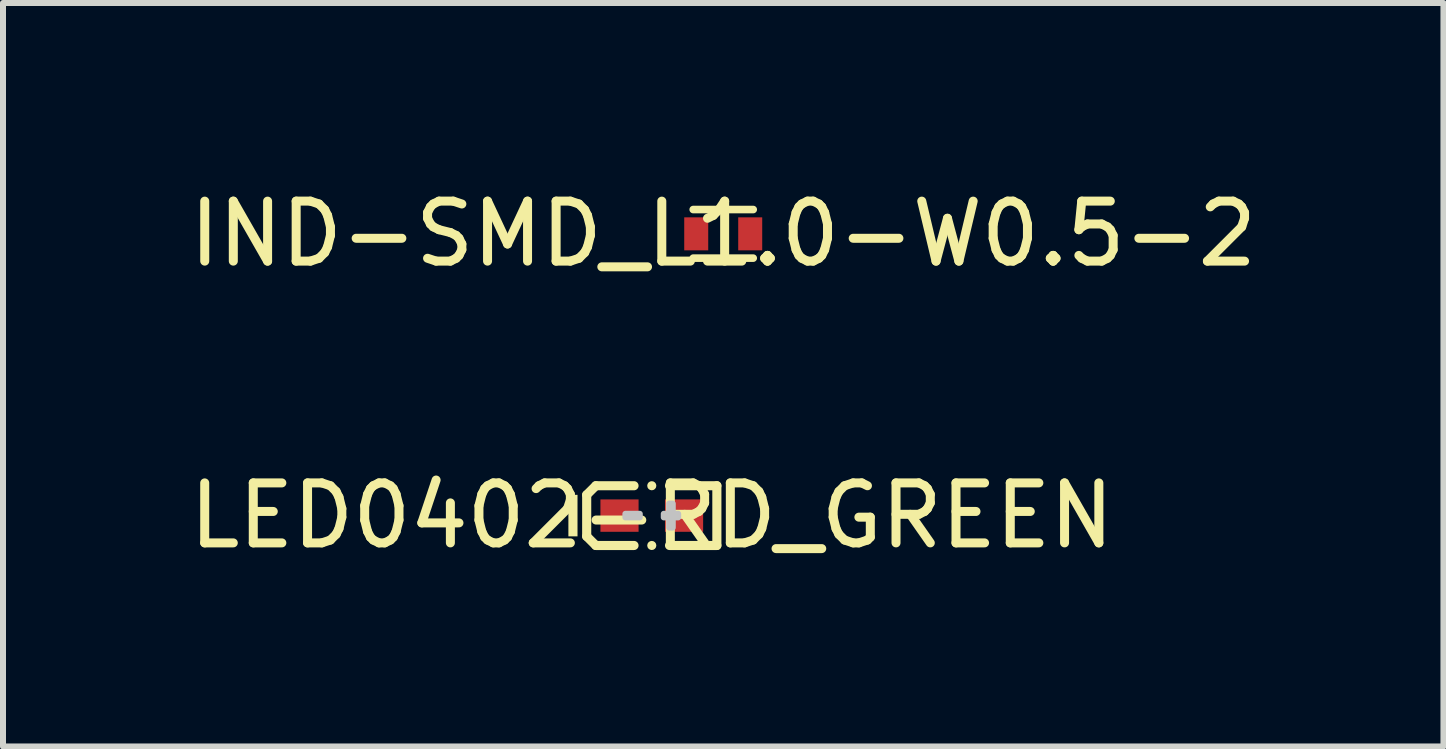
<source format=kicad_pcb>
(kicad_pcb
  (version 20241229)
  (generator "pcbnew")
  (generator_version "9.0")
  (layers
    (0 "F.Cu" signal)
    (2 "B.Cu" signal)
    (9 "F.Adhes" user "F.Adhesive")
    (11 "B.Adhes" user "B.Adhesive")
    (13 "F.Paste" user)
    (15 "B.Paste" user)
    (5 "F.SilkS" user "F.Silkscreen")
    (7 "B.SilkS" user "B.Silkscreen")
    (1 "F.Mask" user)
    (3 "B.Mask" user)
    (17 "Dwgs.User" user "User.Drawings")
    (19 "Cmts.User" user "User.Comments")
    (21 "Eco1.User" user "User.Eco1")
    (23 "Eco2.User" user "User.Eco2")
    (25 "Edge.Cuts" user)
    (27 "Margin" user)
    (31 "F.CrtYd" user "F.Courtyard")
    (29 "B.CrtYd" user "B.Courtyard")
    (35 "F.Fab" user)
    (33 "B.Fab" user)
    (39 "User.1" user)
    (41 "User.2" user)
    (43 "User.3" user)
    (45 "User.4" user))
  (footprint "LED0402-RD_GREEN"
    (layer "F.Cu")
    (at 7.815 5.545)
    (property "Reference" "LED0402-RD_GREEN" (at 0 0 0) (layer "F.SilkS") (effects (font (size 1 1) (thickness 0.15))))
    (fp_line (start -1.085 -0.346) (end -0.932 -0.498) (stroke (width 0.152) (type default)) (layer "F.SilkS"))
    (fp_line (start -1.085 0.346) (end -1.085 -0.346) (stroke (width 0.152) (type default)) (layer "F.SilkS"))
    (fp_line (start -0.932 -0.498) (end -0.296 -0.498) (stroke (width 0.152) (type default)) (layer "F.SilkS"))
    (fp_line (start -0.932 0.498) (end -1.085 0.346) (stroke (width 0.152) (type default)) (layer "F.SilkS"))
    (fp_line (start -0.296 0.498) (end -0.932 0.498) (stroke (width 0.152) (type default)) (layer "F.SilkS"))
    (fp_line (start 0.296 0.498) (end 1.085 0.498) (stroke (width 0.152) (type default)) (layer "F.SilkS"))
    (fp_line (start 1.085 -0.498) (end 0.296 -0.498) (stroke (width 0.152) (type default)) (layer "F.SilkS"))
    (fp_line (start 1.085 0.498) (end 1.085 -0.498) (stroke (width 0.152) (type default)) (layer "F.SilkS"))
    (fp_circle (center 0 -0.498) (end 0.038 -0.498) (stroke (width 0.076) (type default)) (fill no) (layer "F.SilkS"))
    (fp_circle (center 0 0.498) (end 0.038 0.498) (stroke (width 0.076) (type default)) (fill no) (layer "F.SilkS"))
    (fp_poly (pts (xy -1.238 0.346) (xy -1.238 -0.346) (xy -1.39 -0.346) (xy -1.39 0.346)) (stroke (width 0) (type default)) (fill yes) (layer "F.SilkS"))
    (fp_poly (pts (xy -0.198 0.23) (xy -0.198 -0.23) (xy -0.238 -0.27) (xy -0.817 -0.27) (xy -0.857 -0.23) (xy -0.857 0.23) (xy -0.817 0.27) (xy -0.238 0.27)) (stroke (width 0) (type default)) (fill yes) (layer "F.Paste"))
    (fp_poly (pts (xy 0.198 0.23) (xy 0.198 -0.23) (xy 0.238 -0.27) (xy 0.817 -0.27) (xy 0.857 -0.23) (xy 0.857 0.23) (xy 0.817 0.27) (xy 0.238 0.27)) (stroke (width 0) (type default)) (fill yes) (layer "F.Paste"))
    (fp_poly (pts (xy -0.44 0.03) (xy -0.44 -0.03) (xy -0.2 -0.03) (xy -0.2 0.03)) (stroke (width 0.1) (type default)) (fill no) (layer "Dwgs.User"))
    (fp_poly (pts (xy 0.35 0.2) (xy 0.35 -0.2) (xy 0.29 -0.2) (xy 0.29 0.2)) (stroke (width 0.1) (type default)) (fill no) (layer "Dwgs.User"))
    (fp_poly (pts (xy 0.44 0.03) (xy 0.44 -0.03) (xy 0.2 -0.03) (xy 0.2 0.03)) (stroke (width 0.1) (type default)) (fill no) (layer "Dwgs.User"))
    (fp_poly (pts (xy -0.5 0.25) (xy -0.5 -0.25) (xy -0.3 -0.25) (xy -0.3 0.25)) (stroke (width 0.1) (type default)) (fill no) (layer "User.1"))
    (fp_poly (pts (xy 0.5 0.25) (xy 0.5 -0.25) (xy 0.3 -0.25) (xy 0.3 0.25)) (stroke (width 0.1) (type default)) (fill no) (layer "User.1"))
    (fp_line (start -0.5 -0.25) (end 0.5 -0.25) (stroke (width 0.051) (type default)) (layer "User.2"))
    (fp_line (start -0.5 0.25) (end -0.5 -0.25) (stroke (width 0.051) (type default)) (layer "User.2"))
    (fp_line (start 0.5 -0.25) (end 0.5 0.25) (stroke (width 0.051) (type default)) (layer "User.2"))
    (fp_line (start 0.5 0.25) (end -0.5 0.25) (stroke (width 0.051) (type default)) (layer "User.2"))
    (fp_poly (pts (xy -0.445 0.227) (xy -0.477 0.195) (xy -0.523 0.195) (xy -0.555 0.227) (xy -0.555 0.273) (xy -0.523 0.305) (xy -0.477 0.305) (xy -0.445 0.273)) (stroke (width 0.1) (type default)) (fill no) (layer "User.3"))
    (pad "1" smd rect (at -0.538 0) (size 0.636 0.54) (layers "F.Cu" "F.Mask" "F.Paste"))
    (pad "2" smd rect (at 0.538 0) (size 0.636 0.54) (layers "F.Cu" "F.Mask" "F.Paste")))
  (footprint "IND-SMD_L1.0-W0.5-2"
    (layer "F.Cu")
    (at 9.006 0.848)
    (property "Reference" "IND-SMD_L1.0-W0.5-2" (at 0 0 0) (layer "F.SilkS") (effects (font (size 1 1) (thickness 0.15))))
    (fp_line (start -0.5 -0.405) (end 0.5 -0.405) (stroke (width 0.127) (type default)) (layer "F.SilkS"))
    (fp_line (start -0.5 0.405) (end 0.5 0.405) (stroke (width 0.127) (type default)) (layer "F.SilkS"))
    (fp_poly (pts (xy -0.3 -0.25) (xy -0.3 0.25) (xy -0.5 0.25) (xy -0.5 -0.25)) (stroke (width 0.1) (type default)) (fill no) (layer "User.1"))
    (fp_poly (pts (xy 0.5 -0.25) (xy 0.5 0.25) (xy 0.3 0.25) (xy 0.3 -0.25)) (stroke (width 0.1) (type default)) (fill no) (layer "User.1"))
    (fp_line (start -0.5 -0.25) (end 0.5 -0.25) (stroke (width 0.051) (type default)) (layer "User.2"))
    (fp_line (start -0.5 0.25) (end -0.5 -0.25) (stroke (width 0.051) (type default)) (layer "User.2"))
    (fp_line (start 0.5 -0.25) (end 0.5 0.25) (stroke (width 0.051) (type default)) (layer "User.2"))
    (fp_line (start 0.5 0.25) (end -0.5 0.25) (stroke (width 0.051) (type default)) (layer "User.2"))
    (fp_poly (pts (xy -0.445 0.227) (xy -0.477 0.195) (xy -0.523 0.195) (xy -0.555 0.227) (xy -0.555 0.273) (xy -0.523 0.305) (xy -0.477 0.305) (xy -0.445 0.273)) (stroke (width 0.1) (type default)) (fill no) (layer "User.3"))
    (pad "1" smd rect (at -0.45 0 90) (size 0.55 0.4) (layers "F.Cu" "F.Mask" "F.Paste"))
    (pad "2" smd rect (at 0.45 0 90) (size 0.55 0.4) (layers "F.Cu" "F.Mask" "F.Paste")))
  (gr_rect
    (start -3 -3)
    (end 21.012 9.393)
    (stroke (width 0.1) (type default))
    (fill no)
    (layer "Edge.Cuts")))
</source>
